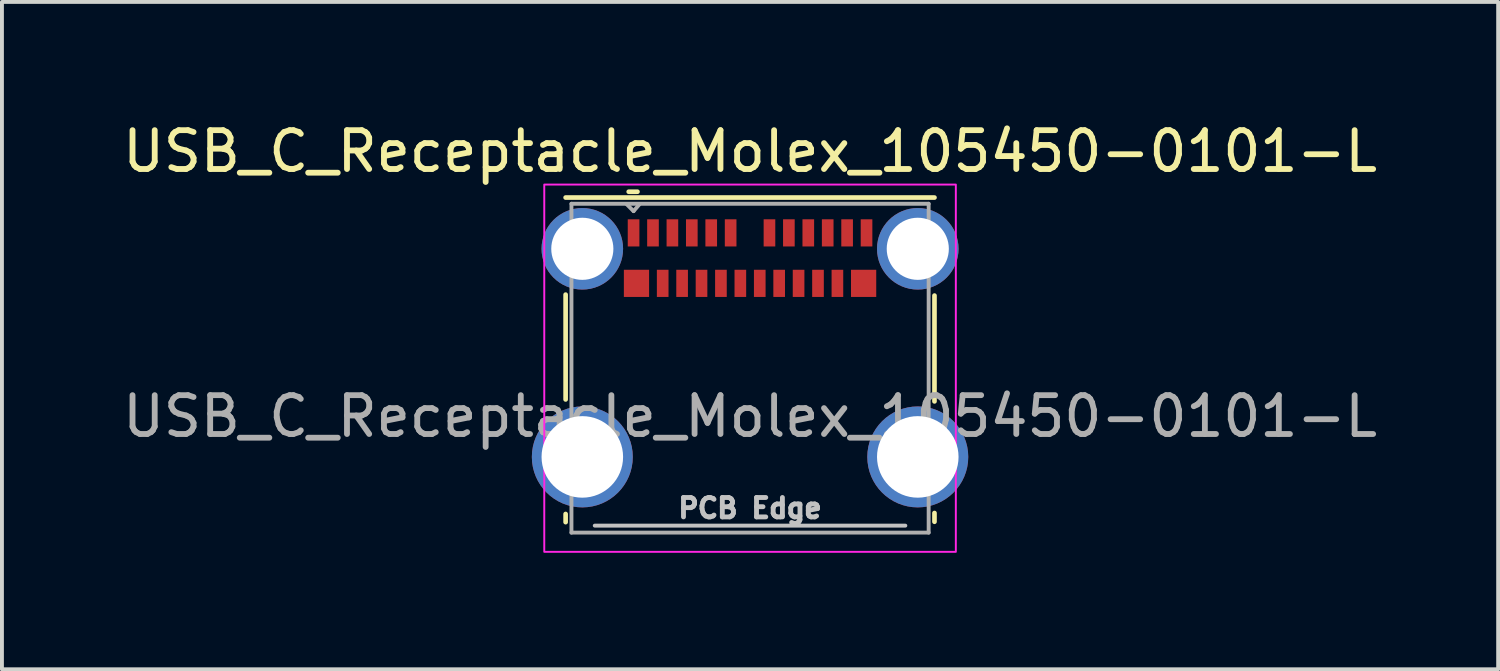
<source format=kicad_pcb>
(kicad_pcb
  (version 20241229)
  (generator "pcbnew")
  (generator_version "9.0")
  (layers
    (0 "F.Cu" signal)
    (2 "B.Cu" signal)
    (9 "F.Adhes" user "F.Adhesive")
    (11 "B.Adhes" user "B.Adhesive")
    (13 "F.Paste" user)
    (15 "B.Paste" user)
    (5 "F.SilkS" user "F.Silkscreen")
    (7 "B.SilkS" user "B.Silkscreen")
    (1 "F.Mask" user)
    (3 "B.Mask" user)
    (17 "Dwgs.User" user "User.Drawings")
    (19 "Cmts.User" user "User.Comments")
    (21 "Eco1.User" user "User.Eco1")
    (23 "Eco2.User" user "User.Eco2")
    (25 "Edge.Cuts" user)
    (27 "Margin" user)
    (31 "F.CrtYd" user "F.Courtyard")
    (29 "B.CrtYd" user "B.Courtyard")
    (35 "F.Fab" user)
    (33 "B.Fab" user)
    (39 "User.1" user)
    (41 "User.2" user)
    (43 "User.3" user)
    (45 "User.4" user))
  (footprint "USB_C_Receptacle_Molex_105450-0101-L"
    (layer "F.Cu")
    (at 16.268 6.163)
    (property "Reference" "USB_C_Receptacle_Molex_105450-0101-L" (at 0 -5.315 0) (unlocked yes) (layer "F.SilkS") (effects (font (size 1 1) (thickness 0.15))))
    (attr smd)
    (fp_line (start -4.75 -4.125) (end 4.75 -4.125) (stroke (width 0.12) (type solid)) (layer "F.SilkS"))
    (fp_line (start -4.75 -1.625) (end -4.75 1.075) (stroke (width 0.12) (type solid)) (layer "F.SilkS"))
    (fp_line (start -4.75 4.235) (end -4.75 4.025) (stroke (width 0.12) (type solid)) (layer "F.SilkS"))
    (fp_line (start -3.125 -4.275) (end -2.9 -4.275) (stroke (width 0.12) (type solid)) (layer "F.SilkS"))
    (fp_line (start 4.75 1.125) (end 4.75 -1.6) (stroke (width 0.12) (type solid)) (layer "F.SilkS"))
    (fp_line (start 4.75 4.225) (end 4.75 4) (stroke (width 0.12) (type solid)) (layer "F.SilkS"))
    (fp_line (start -4 4.325) (end 4 4.325) (stroke (width 0.1) (type solid)) (layer "Dwgs.User"))
    (fp_rect (start -5.3 -4.46) (end 5.3 5) (stroke (width 0.05) (type solid)) (fill no) (layer "F.CrtYd"))
    (fp_line (start -4.6 -3.965) (end -4.6 4.505) (stroke (width 0.1) (type solid)) (layer "F.Fab"))
    (fp_line (start -4.6 -3.965) (end 4.6 -3.965) (stroke (width 0.1) (type solid)) (layer "F.Fab"))
    (fp_line (start -4.6 4.505) (end 4.6 4.505) (stroke (width 0.1) (type solid)) (layer "F.Fab"))
    (fp_line (start -3.175 -3.95) (end -3 -3.775) (stroke (width 0.1) (type solid)) (layer "F.Fab"))
    (fp_line (start -3 -3.775) (end -2.85 -3.95) (stroke (width 0.1) (type solid)) (layer "F.Fab"))
    (fp_line (start 4.6 4.505) (end 4.6 -3.965) (stroke (width 0.1) (type solid)) (layer "F.Fab"))
    (fp_text user "PCB Edge" (at 0 3.875 0) (unlocked yes) (layer "Dwgs.User") (effects (font (size 0.5 0.5) (thickness 0.125))))
    (fp_text user "${REFERENCE}" (at 0 1.51 0) (unlocked yes) (layer "F.Fab") (effects (font (size 1 1) (thickness 0.15))))
    (pad "A1" smd rect (at -3 -3.215) (size 0.3 0.7) (layers "F.Cu" "F.Mask" "F.Paste"))
    (pad "A2" smd rect (at -2.5 -3.215) (size 0.3 0.7) (layers "F.Cu" "F.Mask" "F.Paste"))
    (pad "A3" smd rect (at -2 -3.215) (size 0.3 0.7) (layers "F.Cu" "F.Mask" "F.Paste"))
    (pad "A4" smd rect (at -1.5 -3.215) (size 0.3 0.7) (layers "F.Cu" "F.Mask" "F.Paste"))
    (pad "A5" smd rect (at -1 -3.215) (size 0.3 0.7) (layers "F.Cu" "F.Mask" "F.Paste"))
    (pad "A6" smd rect (at -0.5 -3.215) (size 0.3 0.7) (layers "F.Cu" "F.Mask" "F.Paste"))
    (pad "A7" smd rect (at 0.5 -3.215) (size 0.3 0.7) (layers "F.Cu" "F.Mask" "F.Paste"))
    (pad "A8" smd rect (at 1 -3.215) (size 0.3 0.7) (layers "F.Cu" "F.Mask" "F.Paste"))
    (pad "A9" smd rect (at 1.5 -3.215) (size 0.3 0.7) (layers "F.Cu" "F.Mask" "F.Paste"))
    (pad "A10" smd rect (at 2 -3.215) (size 0.3 0.7) (layers "F.Cu" "F.Mask" "F.Paste"))
    (pad "A11" smd rect (at 2.5 -3.215) (size 0.3 0.7) (layers "F.Cu" "F.Mask" "F.Paste"))
    (pad "A12" smd rect (at 3 -3.215) (size 0.3 0.7) (layers "F.Cu" "F.Mask" "F.Paste"))
    (pad "B1" smd rect (at 2.925 -1.915) (size 0.65 0.7) (layers "F.Cu" "F.Mask" "F.Paste"))
    (pad "B2" smd rect (at 2.25 -1.915) (size 0.3 0.7) (layers "F.Cu" "F.Mask" "F.Paste"))
    (pad "B3" smd rect (at 1.75 -1.915) (size 0.3 0.7) (layers "F.Cu" "F.Mask" "F.Paste"))
    (pad "B4" smd rect (at 1.25 -1.915) (size 0.3 0.7) (layers "F.Cu" "F.Mask" "F.Paste"))
    (pad "B5" smd rect (at 0.75 -1.915) (size 0.3 0.7) (layers "F.Cu" "F.Mask" "F.Paste"))
    (pad "B6" smd rect (at 0.25 -1.915) (size 0.3 0.7) (layers "F.Cu" "F.Mask" "F.Paste"))
    (pad "B7" smd rect (at -0.25 -1.915) (size 0.3 0.7) (layers "F.Cu" "F.Mask" "F.Paste"))
    (pad "B8" smd rect (at -0.75 -1.915) (size 0.3 0.7) (layers "F.Cu" "F.Mask" "F.Paste"))
    (pad "B9" smd rect (at -1.25 -1.915) (size 0.3 0.7) (layers "F.Cu" "F.Mask" "F.Paste"))
    (pad "B10" smd rect (at -1.75 -1.915) (size 0.3 0.7) (layers "F.Cu" "F.Mask" "F.Paste"))
    (pad "B11" smd rect (at -2.25 -1.915) (size 0.3 0.7) (layers "F.Cu" "F.Mask" "F.Paste"))
    (pad "B12" smd rect (at -2.925 -1.915) (size 0.65 0.7) (layers "F.Cu" "F.Mask" "F.Paste"))
    (pad "S1" thru_hole circle (at -4.32 -2.805) (size 2.1 2.1) (drill 1.6) (layers "*.Cu" "*.Mask"))
    (pad "S1" thru_hole circle (at -4.32 2.555) (size 2.6 2.6) (drill 2.1) (layers "*.Cu" "*.Mask"))
    (pad "S1" thru_hole circle (at 4.32 -2.805) (size 2.1 2.1) (drill 1.6) (layers "*.Cu" "*.Mask"))
    (pad "S1" thru_hole circle (at 4.32 2.555) (size 2.6 2.6) (drill 2.1) (layers "*.Cu" "*.Mask"))
    (zone (net_name "") (layers "F.Cu" "Dwgs.User") (hatch full 0.508) (connect_pads) (min_thickness 0.254) (filled_areas_thickness no) (keepout (tracks not_allowed) (vias not_allowed) (pads not_allowed) (copperpour not_allowed) (footprints not_allowed)) (placement (enabled no)) (fill) (polygon (pts (xy 19.768 10.488) (xy 12.768 10.488) (xy 12.768 4.858) (xy 19.768 4.858)))))
  (gr_rect
    (start -3 -3)
    (end 35.536 14.188)
    (stroke (width 0.1) (type default))
    (fill no)
    (layer "Edge.Cuts")))
</source>
